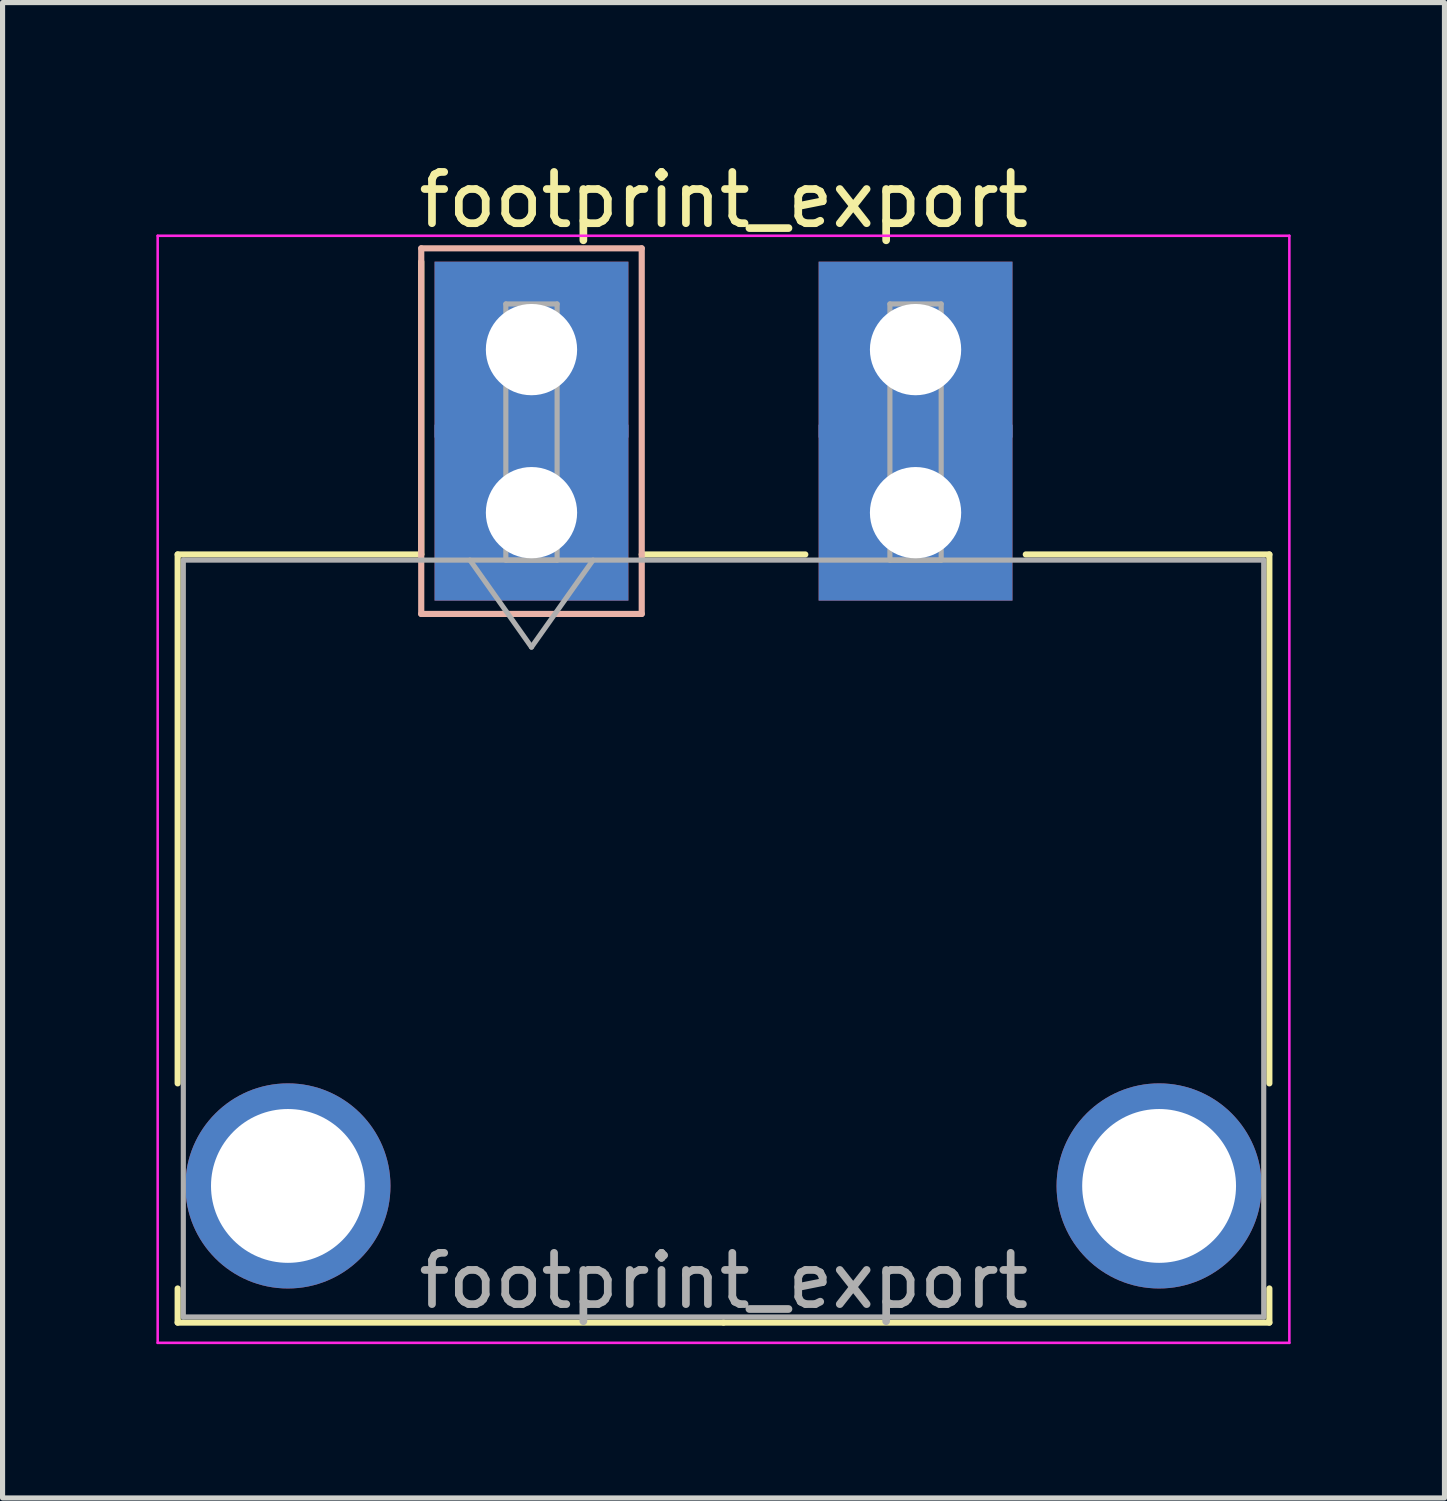
<source format=kicad_pcb>
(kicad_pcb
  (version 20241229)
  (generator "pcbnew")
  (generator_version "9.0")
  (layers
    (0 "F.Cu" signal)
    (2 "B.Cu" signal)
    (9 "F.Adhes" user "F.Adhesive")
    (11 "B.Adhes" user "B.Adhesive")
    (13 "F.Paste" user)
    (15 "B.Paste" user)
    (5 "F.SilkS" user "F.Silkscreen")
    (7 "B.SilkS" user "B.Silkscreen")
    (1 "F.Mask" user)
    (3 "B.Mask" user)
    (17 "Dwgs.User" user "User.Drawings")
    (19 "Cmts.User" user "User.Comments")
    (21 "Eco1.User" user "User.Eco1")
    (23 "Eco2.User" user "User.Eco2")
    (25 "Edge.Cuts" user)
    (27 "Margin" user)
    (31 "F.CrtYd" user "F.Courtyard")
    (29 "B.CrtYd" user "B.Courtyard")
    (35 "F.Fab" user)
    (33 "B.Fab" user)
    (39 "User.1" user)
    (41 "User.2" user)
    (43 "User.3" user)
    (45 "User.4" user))
  (footprint "footprint_export"
    (layer "F.Cu")
    (at 7.315 6.948)
    (property "Reference" "footprint_export" (at 3.75 -6.1 0) (layer "F.SilkS") (effects (font (size 1 1) (thickness 0.15))))
    (attr through_hole)
    (fp_line (start -6.9 0.815) (end -6.9 11.13) (stroke (width 0.12) (type solid)) (layer "F.SilkS"))
    (fp_line (start -6.9 15.13) (end -6.9 15.795) (stroke (width 0.12) (type solid)) (layer "F.SilkS"))
    (fp_line (start -6.9 15.795) (end 3.745 15.795) (stroke (width 0.12) (type solid)) (layer "F.SilkS"))
    (fp_line (start -2.15 0.815) (end -6.9 0.815) (stroke (width 0.12) (type solid)) (layer "F.SilkS"))
    (fp_line (start -2.15 0.815) (end -2.15 -4.895) (stroke (width 0.12) (type solid)) (layer "F.SilkS"))
    (fp_line (start 2.15 0.815) (end 5.34 0.815) (stroke (width 0.12) (type solid)) (layer "F.SilkS"))
    (fp_line (start 9.64 0.815) (end 14.39 0.815) (stroke (width 0.12) (type solid)) (layer "F.SilkS"))
    (fp_line (start 14.39 0.815) (end 14.39 11.13) (stroke (width 0.12) (type solid)) (layer "F.SilkS"))
    (fp_line (start 14.39 15.13) (end 14.39 15.795) (stroke (width 0.12) (type solid)) (layer "F.SilkS"))
    (fp_line (start 14.39 15.795) (end 3.745 15.795) (stroke (width 0.12) (type solid)) (layer "F.SilkS"))
    (fp_line (start -2.15 -5.155) (end -2.15 1.975) (stroke (width 0.12) (type solid)) (layer "B.SilkS"))
    (fp_line (start -2.15 1.975) (end 2.15 1.975) (stroke (width 0.12) (type solid)) (layer "B.SilkS"))
    (fp_line (start 2.15 -5.155) (end -2.15 -5.155) (stroke (width 0.12) (type solid)) (layer "B.SilkS"))
    (fp_line (start 2.15 1.975) (end 2.15 -5.155) (stroke (width 0.12) (type solid)) (layer "B.SilkS"))
    (fp_line (start -7.29 -5.4) (end -7.29 16.19) (stroke (width 0.05) (type solid)) (layer "F.CrtYd"))
    (fp_line (start -7.29 16.19) (end 14.78 16.19) (stroke (width 0.05) (type solid)) (layer "F.CrtYd"))
    (fp_line (start 14.78 -5.4) (end -7.29 -5.4) (stroke (width 0.05) (type solid)) (layer "F.CrtYd"))
    (fp_line (start 14.78 16.19) (end 14.78 -5.4) (stroke (width 0.05) (type solid)) (layer "F.CrtYd"))
    (fp_line (start -6.79 0.925) (end -6.79 15.685) (stroke (width 0.1) (type solid)) (layer "F.Fab"))
    (fp_line (start -6.79 15.685) (end 14.28 15.685) (stroke (width 0.1) (type solid)) (layer "F.Fab"))
    (fp_line (start -1.2 0.925) (end 0 2.622) (stroke (width 0.1) (type solid)) (layer "F.Fab"))
    (fp_line (start -0.5 -4.07) (end 0.5 -4.07) (stroke (width 0.1) (type solid)) (layer "F.Fab"))
    (fp_line (start -0.5 0.925) (end -0.5 -4.07) (stroke (width 0.1) (type solid)) (layer "F.Fab"))
    (fp_line (start 0 2.622) (end 1.2 0.925) (stroke (width 0.1) (type solid)) (layer "F.Fab"))
    (fp_line (start 0.5 -4.07) (end 0.5 0.925) (stroke (width 0.1) (type solid)) (layer "F.Fab"))
    (fp_line (start 0.5 0.925) (end -0.5 0.925) (stroke (width 0.1) (type solid)) (layer "F.Fab"))
    (fp_line (start 6.99 -4.07) (end 7.99 -4.07) (stroke (width 0.1) (type solid)) (layer "F.Fab"))
    (fp_line (start 6.99 0.925) (end 6.99 -4.07) (stroke (width 0.1) (type solid)) (layer "F.Fab"))
    (fp_line (start 7.99 -4.07) (end 7.99 0.925) (stroke (width 0.1) (type solid)) (layer "F.Fab"))
    (fp_line (start 7.99 0.925) (end 6.99 0.925) (stroke (width 0.1) (type solid)) (layer "F.Fab"))
    (fp_line (start 14.28 0.925) (end -6.79 0.925) (stroke (width 0.1) (type solid)) (layer "F.Fab"))
    (fp_line (start 14.28 15.685) (end 14.28 0.925) (stroke (width 0.1) (type solid)) (layer "F.Fab"))
    (fp_text user "${REFERENCE}" (at 3.75 14.98 0) (layer "F.Fab") (effects (font (size 1 1) (thickness 0.15))))
    (pad "" thru_hole circle (at -4.75 13.13) (size 4 4) (drill 3) (layers "*.Cu" "*.Mask"))
    (pad "" thru_hole circle (at 12.24 13.13) (size 4 4) (drill 3) (layers "*.Cu" "*.Mask"))
    (pad "1" thru_hole rect (at 0 -3.18) (size 3.78 3.43) (drill 1.78) (layers "*.Cu" "*.Mask"))
    (pad "1" thru_hole rect (at 0 0) (size 3.78 3.43) (drill 1.78) (layers "*.Cu" "*.Mask"))
    (pad "2" thru_hole rect (at 7.49 -3.18) (size 3.78 3.43) (drill 1.78) (layers "*.Cu" "*.Mask"))
    (pad "2" thru_hole rect (at 7.49 0) (size 3.78 3.43) (drill 1.78) (layers "*.Cu" "*.Mask")))
  (gr_rect
    (start -3 -3)
    (end 25.12 26.163)
    (stroke (width 0.1) (type default))
    (fill no)
    (layer "Edge.Cuts")))
</source>
